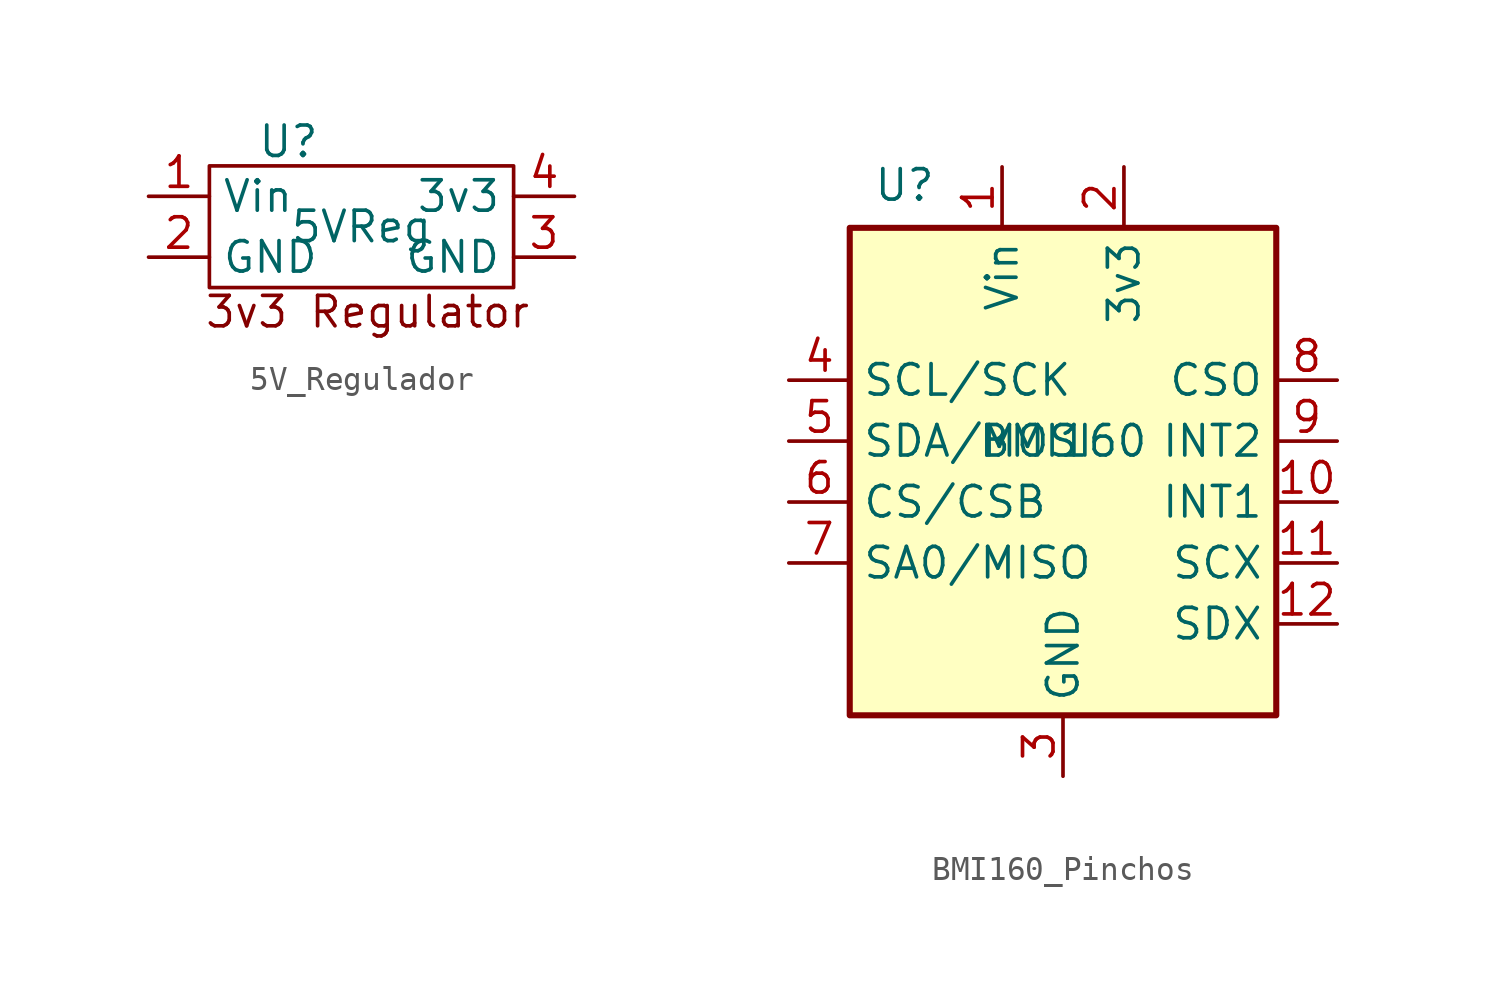
<source format=kicad_sym>
(kicad_symbol_lib
  (version 20241209)
  (generator "kicad_symbol_editor")
  (generator_version "9.0")
  (symbol "5V_Regulador"
    (property "Reference" "U"
      (at -3.048 3.556 0)
      (effects (font (size 1.27 1.27))))
    (property "Value" "5VReg"
      (at 0 0 0)
      (effects (font (size 1.27 1.27))))
    (symbol "5V_Regulador_0_1"
      (rectangle (start -6.35 2.54) (end 6.35 -2.54) (stroke (width 0) (type default)) (fill (type none))))
    (symbol "5V_Regulador_1_1"
      (text "3v3 Regulator" (at 0.254 -3.556 0) (effects (font (size 1.27 1.27))))
      (pin power_out line (at -8.89 1.27 0) (length 2.54) (name "Vin" (effects (font (size 1.27 1.27)))) (number "1" (effects (font (size 1.27 1.27)))))
      (pin power_out line (at -8.89 -1.27 0) (length 2.54) (name "GND" (effects (font (size 1.27 1.27)))) (number "2" (effects (font (size 1.27 1.27)))))
      (pin power_out line (at 8.89 1.27 180) (length 2.54) (name "3v3" (effects (font (size 1.27 1.27)))) (number "4" (effects (font (size 1.27 1.27)))))
      (pin power_out line (at 8.89 -1.27 180) (length 2.54) (name "GND" (effects (font (size 1.27 1.27)))) (number "3" (effects (font (size 1.27 1.27)))))))
  (symbol "BMI160_Pinchos"
    (property "Reference" "U"
      (at -6.604 10.668 0)
      (effects (font (size 1.27 1.27))))
    (property "Value" "BMI160"
      (at 0 0 0)
      (effects (font (size 1.27 1.27))))
    (symbol "BMI160_Pinchos_0_1"
      (rectangle (start -8.89 8.89) (end 8.89 -11.43) (stroke (width 0.254) (type default)) (fill (type background))))
    (symbol "BMI160_Pinchos_1_1"
      (pin power_out line (at -11.43 2.54 0) (length 2.54) (name "SCL/SCK" (effects (font (size 1.27 1.27)))) (number "4" (effects (font (size 1.27 1.27)))))
      (pin power_out line (at -11.43 0 0) (length 2.54) (name "SDA/MOSI" (effects (font (size 1.27 1.27)))) (number "5" (effects (font (size 1.27 1.27)))))
      (pin power_out line (at -11.43 -2.54 0) (length 2.54) (name "CS/CSB" (effects (font (size 1.27 1.27)))) (number "6" (effects (font (size 1.27 1.27)))))
      (pin power_out line (at -11.43 -5.08 0) (length 2.54) (name "SA0/MISO" (effects (font (size 1.27 1.27)))) (number "7" (effects (font (size 1.27 1.27)))))
      (pin power_in line (at -2.54 11.43 270) (length 2.54) (name "Vin" (effects (font (size 1.27 1.27)))) (number "1" (effects (font (size 1.27 1.27)))))
      (pin power_out line (at 0 -13.97 90) (length 2.54) (name "GND" (effects (font (size 1.27 1.27)))) (number "3" (effects (font (size 1.27 1.27)))))
      (pin power_in line (at 2.54 11.43 270) (length 2.54) (name "3v3" (effects (font (size 1.27 1.27)))) (number "2" (effects (font (size 1.27 1.27)))))
      (pin power_out line (at 11.43 2.54 180) (length 2.54) (name "CSO" (effects (font (size 1.27 1.27)))) (number "8" (effects (font (size 1.27 1.27)))))
      (pin power_out line (at 11.43 0 180) (length 2.54) (name "INT2" (effects (font (size 1.27 1.27)))) (number "9" (effects (font (size 1.27 1.27)))))
      (pin power_out line (at 11.43 -2.54 180) (length 2.54) (name "INT1" (effects (font (size 1.27 1.27)))) (number "10" (effects (font (size 1.27 1.27)))))
      (pin power_out line (at 11.43 -5.08 180) (length 2.54) (name "SCX" (effects (font (size 1.27 1.27)))) (number "11" (effects (font (size 1.27 1.27)))))
      (pin power_out line (at 11.43 -7.62 180) (length 2.54) (name "SDX" (effects (font (size 1.27 1.27)))) (number "12" (effects (font (size 1.27 1.27))))))))
</source>
